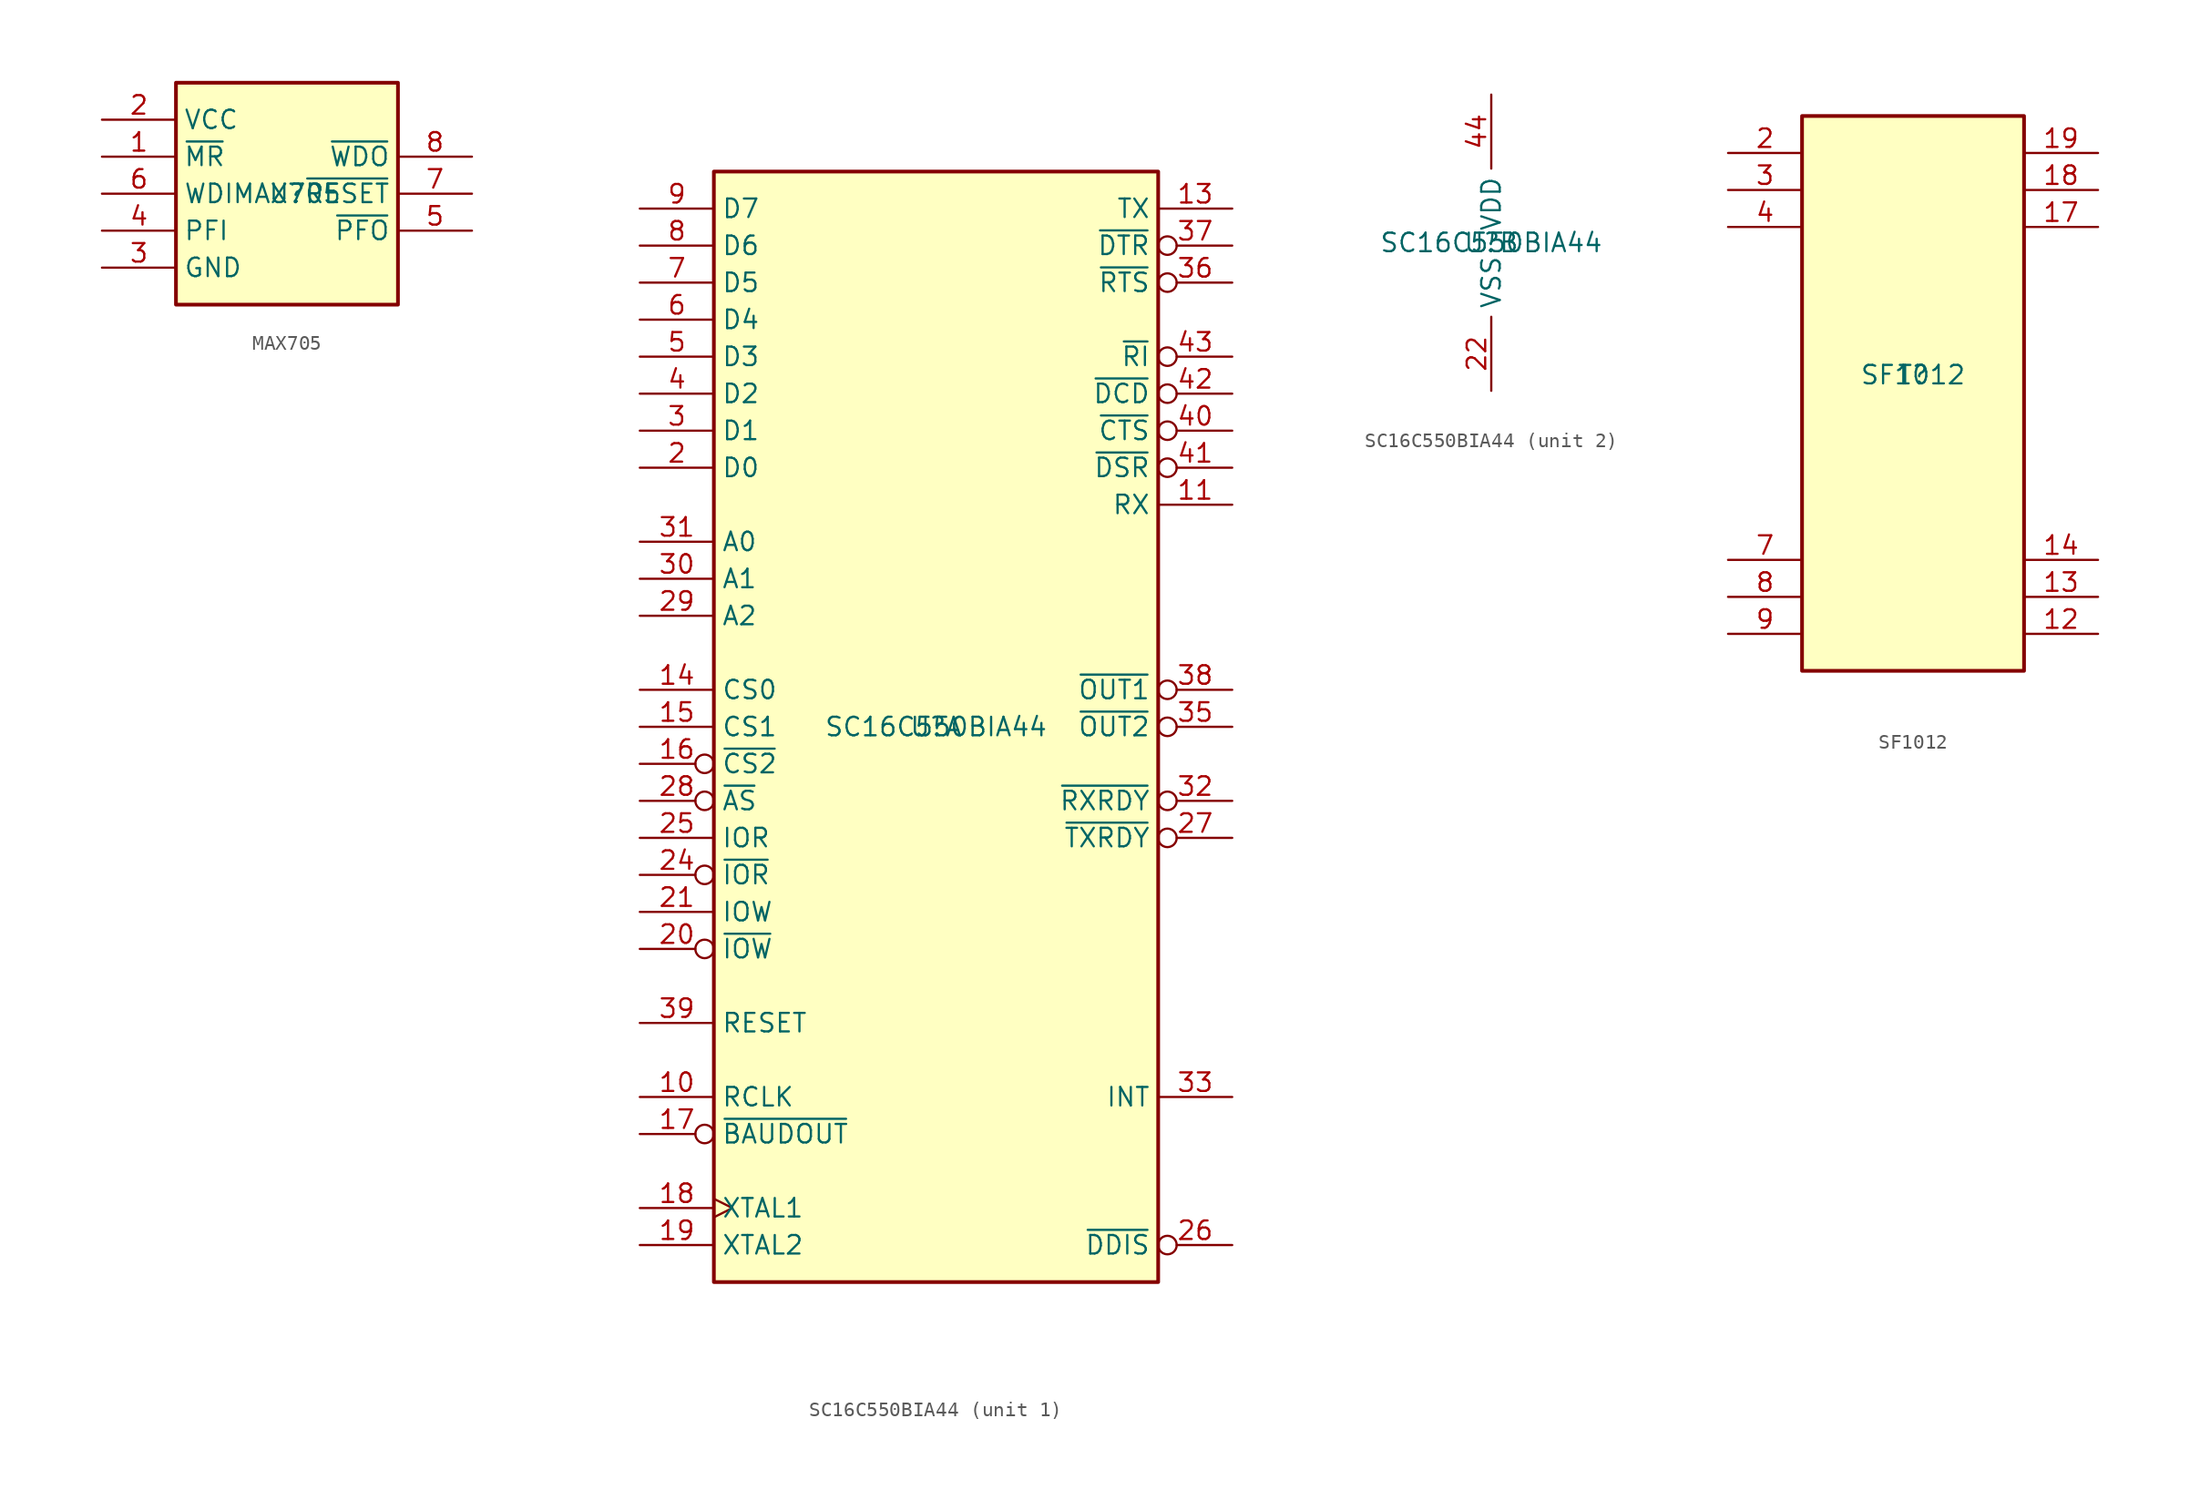
<source format=kicad_sym>
(kicad_symbol_lib
  (version 20211014)
  (generator kicad_symbol_editor)
  (symbol "MAX705"
    (property "Reference" "U"
      (at 0 0 0)
      (effects (font (size 1.27 1.27))))
    (property "Value" "MAX705"
      (at 0 0 0)
      (effects (font (size 1.27 1.27))))
    (symbol "MAX705_0_1"
      (rectangle (start -7.62 7.62) (end 7.62 -7.62) (stroke (width 0.254) (type default) (color 0 0 0 0)) (fill (type background))))
    (symbol "MAX705_1_1"
      (pin input line (at -12.7 2.54 0) (length 5.08) (name "~{MR}" (effects (font (size 1.27 1.27)))) (number "1" (effects (font (size 1.27 1.27)))))
      (pin power_in line (at -12.7 5.08 0) (length 5.08) (name "VCC" (effects (font (size 1.27 1.27)))) (number "2" (effects (font (size 1.27 1.27)))))
      (pin power_in line (at -12.7 -5.08 0) (length 5.08) (name "GND" (effects (font (size 1.27 1.27)))) (number "3" (effects (font (size 1.27 1.27)))))
      (pin passive line (at -12.7 -2.54 0) (length 5.08) (name "PFI" (effects (font (size 1.27 1.27)))) (number "4" (effects (font (size 1.27 1.27)))))
      (pin output line (at 12.7 -2.54 180) (length 5.08) (name "~{PFO}" (effects (font (size 1.27 1.27)))) (number "5" (effects (font (size 1.27 1.27)))))
      (pin input line (at -12.7 0 0) (length 5.08) (name "WDI" (effects (font (size 1.27 1.27)))) (number "6" (effects (font (size 1.27 1.27)))))
      (pin output line (at 12.7 0 180) (length 5.08) (name "~{RESET}" (effects (font (size 1.27 1.27)))) (number "7" (effects (font (size 1.27 1.27)))))
      (pin output line (at 12.7 2.54 180) (length 5.08) (name "~{WDO}" (effects (font (size 1.27 1.27)))) (number "8" (effects (font (size 1.27 1.27)))))))
  (symbol "SC16C550BIA44"
    (property "Reference" "U"
      (at 0 0 0)
      (effects (font (size 1.27 1.27))))
    (property "Value" "SC16C550BIA44"
      (at 0 0 0)
      (effects (font (size 1.27 1.27))))
    (property "ki_locked" ""
      (at 0 0 0)
      (effects (font (size 1.27 1.27))))
    (symbol "SC16C550BIA44_1_1"
      (rectangle (start -15.24 38.1) (end 15.24 -38.1) (stroke (width 0.254) (type default) (color 0 0 0 0)) (fill (type background)))
      (pin input line (at -20.32 -25.4 0) (length 5.08) (name "RCLK" (effects (font (size 1.27 1.27)))) (number "10" (effects (font (size 1.27 1.27)))))
      (pin input line (at 20.32 15.24 180) (length 5.08) (name "RX" (effects (font (size 1.27 1.27)))) (number "11" (effects (font (size 1.27 1.27)))))
      (pin output line (at 20.32 35.56 180) (length 5.08) (name "TX" (effects (font (size 1.27 1.27)))) (number "13" (effects (font (size 1.27 1.27)))))
      (pin input line (at -20.32 2.54 0) (length 5.08) (name "CS0" (effects (font (size 1.27 1.27)))) (number "14" (effects (font (size 1.27 1.27)))))
      (pin input line (at -20.32 0 0) (length 5.08) (name "CS1" (effects (font (size 1.27 1.27)))) (number "15" (effects (font (size 1.27 1.27)))))
      (pin input inverted (at -20.32 -2.54 0) (length 5.08) (name "~{CS2}" (effects (font (size 1.27 1.27)))) (number "16" (effects (font (size 1.27 1.27)))))
      (pin output inverted (at -20.32 -27.94 0) (length 5.08) (name "~{BAUDOUT}" (effects (font (size 1.27 1.27)))) (number "17" (effects (font (size 1.27 1.27)))))
      (pin input clock (at -20.32 -33.02 0) (length 5.08) (name "XTAL1" (effects (font (size 1.27 1.27)))) (number "18" (effects (font (size 1.27 1.27)))))
      (pin output line (at -20.32 -35.56 0) (length 5.08) (name "XTAL2" (effects (font (size 1.27 1.27)))) (number "19" (effects (font (size 1.27 1.27)))))
      (pin bidirectional line (at -20.32 17.78 0) (length 5.08) (name "D0" (effects (font (size 1.27 1.27)))) (number "2" (effects (font (size 1.27 1.27)))))
      (pin input inverted (at -20.32 -15.24 0) (length 5.08) (name "~{IOW}" (effects (font (size 1.27 1.27)))) (number "20" (effects (font (size 1.27 1.27)))))
      (pin input line (at -20.32 -12.7 0) (length 5.08) (name "IOW" (effects (font (size 1.27 1.27)))) (number "21" (effects (font (size 1.27 1.27)))))
      (pin input inverted (at -20.32 -10.16 0) (length 5.08) (name "~{IOR}" (effects (font (size 1.27 1.27)))) (number "24" (effects (font (size 1.27 1.27)))))
      (pin input line (at -20.32 -7.62 0) (length 5.08) (name "IOR" (effects (font (size 1.27 1.27)))) (number "25" (effects (font (size 1.27 1.27)))))
      (pin output inverted (at 20.32 -35.56 180) (length 5.08) (name "~{DDIS}" (effects (font (size 1.27 1.27)))) (number "26" (effects (font (size 1.27 1.27)))))
      (pin output inverted (at 20.32 -7.62 180) (length 5.08) (name "~{TXRDY}" (effects (font (size 1.27 1.27)))) (number "27" (effects (font (size 1.27 1.27)))))
      (pin input inverted (at -20.32 -5.08 0) (length 5.08) (name "~{AS}" (effects (font (size 1.27 1.27)))) (number "28" (effects (font (size 1.27 1.27)))))
      (pin input line (at -20.32 7.62 0) (length 5.08) (name "A2" (effects (font (size 1.27 1.27)))) (number "29" (effects (font (size 1.27 1.27)))))
      (pin bidirectional line (at -20.32 20.32 0) (length 5.08) (name "D1" (effects (font (size 1.27 1.27)))) (number "3" (effects (font (size 1.27 1.27)))))
      (pin input line (at -20.32 10.16 0) (length 5.08) (name "A1" (effects (font (size 1.27 1.27)))) (number "30" (effects (font (size 1.27 1.27)))))
      (pin input line (at -20.32 12.7 0) (length 5.08) (name "A0" (effects (font (size 1.27 1.27)))) (number "31" (effects (font (size 1.27 1.27)))))
      (pin output inverted (at 20.32 -5.08 180) (length 5.08) (name "~{RXRDY}" (effects (font (size 1.27 1.27)))) (number "32" (effects (font (size 1.27 1.27)))))
      (pin output line (at 20.32 -25.4 180) (length 5.08) (name "INT" (effects (font (size 1.27 1.27)))) (number "33" (effects (font (size 1.27 1.27)))))
      (pin output inverted (at 20.32 0 180) (length 5.08) (name "~{OUT2}" (effects (font (size 1.27 1.27)))) (number "35" (effects (font (size 1.27 1.27)))))
      (pin output inverted (at 20.32 30.48 180) (length 5.08) (name "~{RTS}" (effects (font (size 1.27 1.27)))) (number "36" (effects (font (size 1.27 1.27)))))
      (pin output inverted (at 20.32 33.02 180) (length 5.08) (name "~{DTR}" (effects (font (size 1.27 1.27)))) (number "37" (effects (font (size 1.27 1.27)))))
      (pin output inverted (at 20.32 2.54 180) (length 5.08) (name "~{OUT1}" (effects (font (size 1.27 1.27)))) (number "38" (effects (font (size 1.27 1.27)))))
      (pin input line (at -20.32 -20.32 0) (length 5.08) (name "RESET" (effects (font (size 1.27 1.27)))) (number "39" (effects (font (size 1.27 1.27)))))
      (pin bidirectional line (at -20.32 22.86 0) (length 5.08) (name "D2" (effects (font (size 1.27 1.27)))) (number "4" (effects (font (size 1.27 1.27)))))
      (pin input inverted (at 20.32 20.32 180) (length 5.08) (name "~{CTS}" (effects (font (size 1.27 1.27)))) (number "40" (effects (font (size 1.27 1.27)))))
      (pin input inverted (at 20.32 17.78 180) (length 5.08) (name "~{DSR}" (effects (font (size 1.27 1.27)))) (number "41" (effects (font (size 1.27 1.27)))))
      (pin input inverted (at 20.32 22.86 180) (length 5.08) (name "~{DCD}" (effects (font (size 1.27 1.27)))) (number "42" (effects (font (size 1.27 1.27)))))
      (pin input inverted (at 20.32 25.4 180) (length 5.08) (name "~{RI}" (effects (font (size 1.27 1.27)))) (number "43" (effects (font (size 1.27 1.27)))))
      (pin bidirectional line (at -20.32 25.4 0) (length 5.08) (name "D3" (effects (font (size 1.27 1.27)))) (number "5" (effects (font (size 1.27 1.27)))))
      (pin bidirectional line (at -20.32 27.94 0) (length 5.08) (name "D4" (effects (font (size 1.27 1.27)))) (number "6" (effects (font (size 1.27 1.27)))))
      (pin bidirectional line (at -20.32 30.48 0) (length 5.08) (name "D5" (effects (font (size 1.27 1.27)))) (number "7" (effects (font (size 1.27 1.27)))))
      (pin bidirectional line (at -20.32 33.02 0) (length 5.08) (name "D6" (effects (font (size 1.27 1.27)))) (number "8" (effects (font (size 1.27 1.27)))))
      (pin bidirectional line (at -20.32 35.56 0) (length 5.08) (name "D7" (effects (font (size 1.27 1.27)))) (number "9" (effects (font (size 1.27 1.27))))))
    (symbol "SC16C550BIA44_2_1"
      (pin power_in line (at 0 -10.16 90) (length 5.08) (name "VSS" (effects (font (size 1.27 1.27)))) (number "22" (effects (font (size 1.27 1.27)))))
      (pin power_in line (at 0 10.16 270) (length 5.08) (name "VDD" (effects (font (size 1.27 1.27)))) (number "44" (effects (font (size 1.27 1.27)))))))
  (symbol "SF1012"
    (property "Reference" "T"
      (at 0 2.54 0)
      (effects (font (size 1.27 1.27))))
    (property "Value" "SF1012"
      (at 0 2.54 0)
      (effects (font (size 1.27 1.27))))
    (symbol "SF1012_0_1"
      (rectangle (start 7.62 20.32) (end -7.62 -17.78) (stroke (width 0.254) (type default) (color 0 0 0 0)) (fill (type background))))
    (symbol "SF1012_1_1"
      (pin passive line (at 12.7 -15.24 180) (length 5.08) (name "" (effects (font (size 1.27 1.27)))) (number "12" (effects (font (size 1.27 1.27)))))
      (pin passive line (at 12.7 -12.7 180) (length 5.08) (name "" (effects (font (size 1.27 1.27)))) (number "13" (effects (font (size 1.27 1.27)))))
      (pin passive line (at 12.7 -10.16 180) (length 5.08) (name "" (effects (font (size 1.27 1.27)))) (number "14" (effects (font (size 1.27 1.27)))))
      (pin passive line (at 12.7 12.7 180) (length 5.08) (name "" (effects (font (size 1.27 1.27)))) (number "17" (effects (font (size 1.27 1.27)))))
      (pin passive line (at 12.7 15.24 180) (length 5.08) (name "" (effects (font (size 1.27 1.27)))) (number "18" (effects (font (size 1.27 1.27)))))
      (pin passive line (at 12.7 17.78 180) (length 5.08) (name "" (effects (font (size 1.27 1.27)))) (number "19" (effects (font (size 1.27 1.27)))))
      (pin passive line (at -12.7 17.78 0) (length 5.08) (name "" (effects (font (size 1.27 1.27)))) (number "2" (effects (font (size 1.27 1.27)))))
      (pin passive line (at -12.7 15.24 0) (length 5.08) (name "" (effects (font (size 1.27 1.27)))) (number "3" (effects (font (size 1.27 1.27)))))
      (pin passive line (at -12.7 12.7 0) (length 5.08) (name "" (effects (font (size 1.27 1.27)))) (number "4" (effects (font (size 1.27 1.27)))))
      (pin passive line (at -12.7 -10.16 0) (length 5.08) (name "" (effects (font (size 1.27 1.27)))) (number "7" (effects (font (size 1.27 1.27)))))
      (pin passive line (at -12.7 -12.7 0) (length 5.08) (name "" (effects (font (size 1.27 1.27)))) (number "8" (effects (font (size 1.27 1.27)))))
      (pin passive line (at -12.7 -15.24 0) (length 5.08) (name "" (effects (font (size 1.27 1.27)))) (number "9" (effects (font (size 1.27 1.27))))))))
</source>
